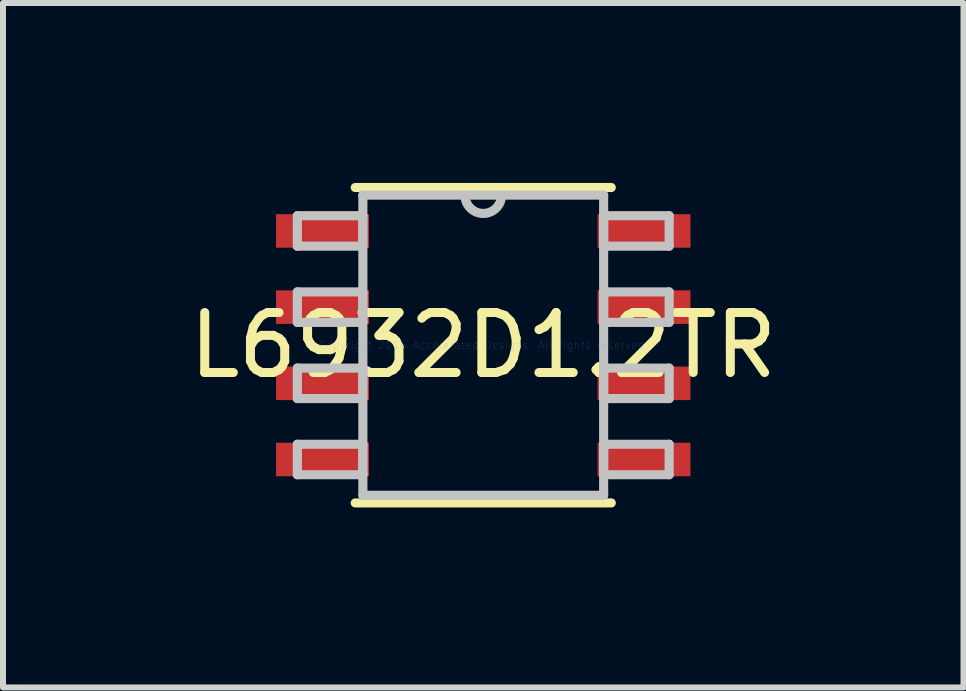
<source format=kicad_pcb>
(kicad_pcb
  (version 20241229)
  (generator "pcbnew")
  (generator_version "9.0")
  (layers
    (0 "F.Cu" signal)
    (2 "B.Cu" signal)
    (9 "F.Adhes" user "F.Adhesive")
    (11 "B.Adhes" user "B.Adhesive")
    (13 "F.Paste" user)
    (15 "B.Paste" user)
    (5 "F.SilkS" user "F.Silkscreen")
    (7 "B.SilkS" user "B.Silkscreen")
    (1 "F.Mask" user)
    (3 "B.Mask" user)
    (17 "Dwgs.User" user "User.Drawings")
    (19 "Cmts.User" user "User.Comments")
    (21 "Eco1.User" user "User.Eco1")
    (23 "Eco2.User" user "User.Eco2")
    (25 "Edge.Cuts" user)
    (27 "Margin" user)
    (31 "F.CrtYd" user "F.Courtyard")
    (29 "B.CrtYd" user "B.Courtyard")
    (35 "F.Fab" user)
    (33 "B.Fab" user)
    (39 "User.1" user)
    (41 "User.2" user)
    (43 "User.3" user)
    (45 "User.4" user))
  (footprint "L6932D1.2TR"
    (layer "F.Cu")
    (at 5.006 2.705)
    (property "Reference" "L6932D1.2TR" (at 0 0 0) (layer "F.SilkS") (effects (font (size 1 1) (thickness 0.15))))
    (attr through_hole)
    (fp_line (start -2.134 2.629) (end 2.134 2.629) (stroke (width 0.152) (type solid)) (layer "F.SilkS"))
    (fp_line (start 2.134 -2.629) (end -2.134 -2.629) (stroke (width 0.152) (type solid)) (layer "F.SilkS"))
    (fp_line (start -3.099 -2.159) (end -3.099 -1.651) (stroke (width 0.152) (type solid)) (layer "Dwgs.User"))
    (fp_line (start -3.099 -1.651) (end -2.007 -1.651) (stroke (width 0.152) (type solid)) (layer "Dwgs.User"))
    (fp_line (start -3.099 -0.889) (end -3.099 -0.381) (stroke (width 0.152) (type solid)) (layer "Dwgs.User"))
    (fp_line (start -3.099 -0.381) (end -2.007 -0.381) (stroke (width 0.152) (type solid)) (layer "Dwgs.User"))
    (fp_line (start -3.099 0.381) (end -3.099 0.889) (stroke (width 0.152) (type solid)) (layer "Dwgs.User"))
    (fp_line (start -3.099 0.889) (end -2.007 0.889) (stroke (width 0.152) (type solid)) (layer "Dwgs.User"))
    (fp_line (start -3.099 1.651) (end -3.099 2.159) (stroke (width 0.152) (type solid)) (layer "Dwgs.User"))
    (fp_line (start -3.099 2.159) (end -2.007 2.159) (stroke (width 0.152) (type solid)) (layer "Dwgs.User"))
    (fp_line (start -2.007 -2.502) (end -2.007 2.502) (stroke (width 0.152) (type solid)) (layer "Dwgs.User"))
    (fp_line (start -2.007 -2.159) (end -3.099 -2.159) (stroke (width 0.152) (type solid)) (layer "Dwgs.User"))
    (fp_line (start -2.007 -1.651) (end -2.007 -2.159) (stroke (width 0.152) (type solid)) (layer "Dwgs.User"))
    (fp_line (start -2.007 -0.889) (end -3.099 -0.889) (stroke (width 0.152) (type solid)) (layer "Dwgs.User"))
    (fp_line (start -2.007 -0.381) (end -2.007 -0.889) (stroke (width 0.152) (type solid)) (layer "Dwgs.User"))
    (fp_line (start -2.007 0.381) (end -3.099 0.381) (stroke (width 0.152) (type solid)) (layer "Dwgs.User"))
    (fp_line (start -2.007 0.889) (end -2.007 0.381) (stroke (width 0.152) (type solid)) (layer "Dwgs.User"))
    (fp_line (start -2.007 1.651) (end -3.099 1.651) (stroke (width 0.152) (type solid)) (layer "Dwgs.User"))
    (fp_line (start -2.007 2.159) (end -2.007 1.651) (stroke (width 0.152) (type solid)) (layer "Dwgs.User"))
    (fp_line (start -2.007 2.502) (end 2.007 2.502) (stroke (width 0.152) (type solid)) (layer "Dwgs.User"))
    (fp_line (start 2.007 -2.502) (end -2.007 -2.502) (stroke (width 0.152) (type solid)) (layer "Dwgs.User"))
    (fp_line (start 2.007 -2.159) (end 2.007 -1.651) (stroke (width 0.152) (type solid)) (layer "Dwgs.User"))
    (fp_line (start 2.007 -1.651) (end 3.099 -1.651) (stroke (width 0.152) (type solid)) (layer "Dwgs.User"))
    (fp_line (start 2.007 -0.889) (end 2.007 -0.381) (stroke (width 0.152) (type solid)) (layer "Dwgs.User"))
    (fp_line (start 2.007 -0.381) (end 3.099 -0.381) (stroke (width 0.152) (type solid)) (layer "Dwgs.User"))
    (fp_line (start 2.007 0.381) (end 2.007 0.889) (stroke (width 0.152) (type solid)) (layer "Dwgs.User"))
    (fp_line (start 2.007 0.889) (end 3.099 0.889) (stroke (width 0.152) (type solid)) (layer "Dwgs.User"))
    (fp_line (start 2.007 1.651) (end 2.007 2.159) (stroke (width 0.152) (type solid)) (layer "Dwgs.User"))
    (fp_line (start 2.007 2.159) (end 3.099 2.159) (stroke (width 0.152) (type solid)) (layer "Dwgs.User"))
    (fp_line (start 2.007 2.502) (end 2.007 -2.502) (stroke (width 0.152) (type solid)) (layer "Dwgs.User"))
    (fp_line (start 3.099 -2.159) (end 2.007 -2.159) (stroke (width 0.152) (type solid)) (layer "Dwgs.User"))
    (fp_line (start 3.099 -1.651) (end 3.099 -2.159) (stroke (width 0.152) (type solid)) (layer "Dwgs.User"))
    (fp_line (start 3.099 -0.889) (end 2.007 -0.889) (stroke (width 0.152) (type solid)) (layer "Dwgs.User"))
    (fp_line (start 3.099 -0.381) (end 3.099 -0.889) (stroke (width 0.152) (type solid)) (layer "Dwgs.User"))
    (fp_line (start 3.099 0.381) (end 2.007 0.381) (stroke (width 0.152) (type solid)) (layer "Dwgs.User"))
    (fp_line (start 3.099 0.889) (end 3.099 0.381) (stroke (width 0.152) (type solid)) (layer "Dwgs.User"))
    (fp_line (start 3.099 1.651) (end 2.007 1.651) (stroke (width 0.152) (type solid)) (layer "Dwgs.User"))
    (fp_line (start 3.099 2.159) (end 3.099 1.651) (stroke (width 0.152) (type solid)) (layer "Dwgs.User"))
    (fp_arc (start 0.3048 -2.5019) (mid 0 -2.1971) (end -0.3048 -2.5019) (stroke (width 0.1524) (type solid)) (layer "Dwgs.User"))
    (fp_text user "Copyright 2016 Accelerated Designs. All rights reserved." (at 0 0 0) (layer "Cmts.User") (effects (font (size 0.127 0.127) (thickness 0.002))))
    (pad "1" smd rect (at -2.68 -1.905) (size 1.549 0.559) (layers "F.Cu" "F.Mask" "F.Paste"))
    (pad "2" smd rect (at -2.68 -0.635) (size 1.549 0.559) (layers "F.Cu" "F.Mask" "F.Paste"))
    (pad "3" smd rect (at -2.68 0.635) (size 1.549 0.559) (layers "F.Cu" "F.Mask" "F.Paste"))
    (pad "4" smd rect (at -2.68 1.905) (size 1.549 0.559) (layers "F.Cu" "F.Mask" "F.Paste"))
    (pad "5" smd rect (at 2.68 1.905) (size 1.549 0.559) (layers "F.Cu" "F.Mask" "F.Paste"))
    (pad "6" smd rect (at 2.68 0.635) (size 1.549 0.559) (layers "F.Cu" "F.Mask" "F.Paste"))
    (pad "7" smd rect (at 2.68 -0.635) (size 1.549 0.559) (layers "F.Cu" "F.Mask" "F.Paste"))
    (pad "8" smd rect (at 2.68 -1.905) (size 1.549 0.559) (layers "F.Cu" "F.Mask" "F.Paste")))
  (gr_rect
    (start -3 -3)
    (end 13.012 8.41)
    (stroke (width 0.1) (type default))
    (fill no)
    (layer "Edge.Cuts")))
</source>
